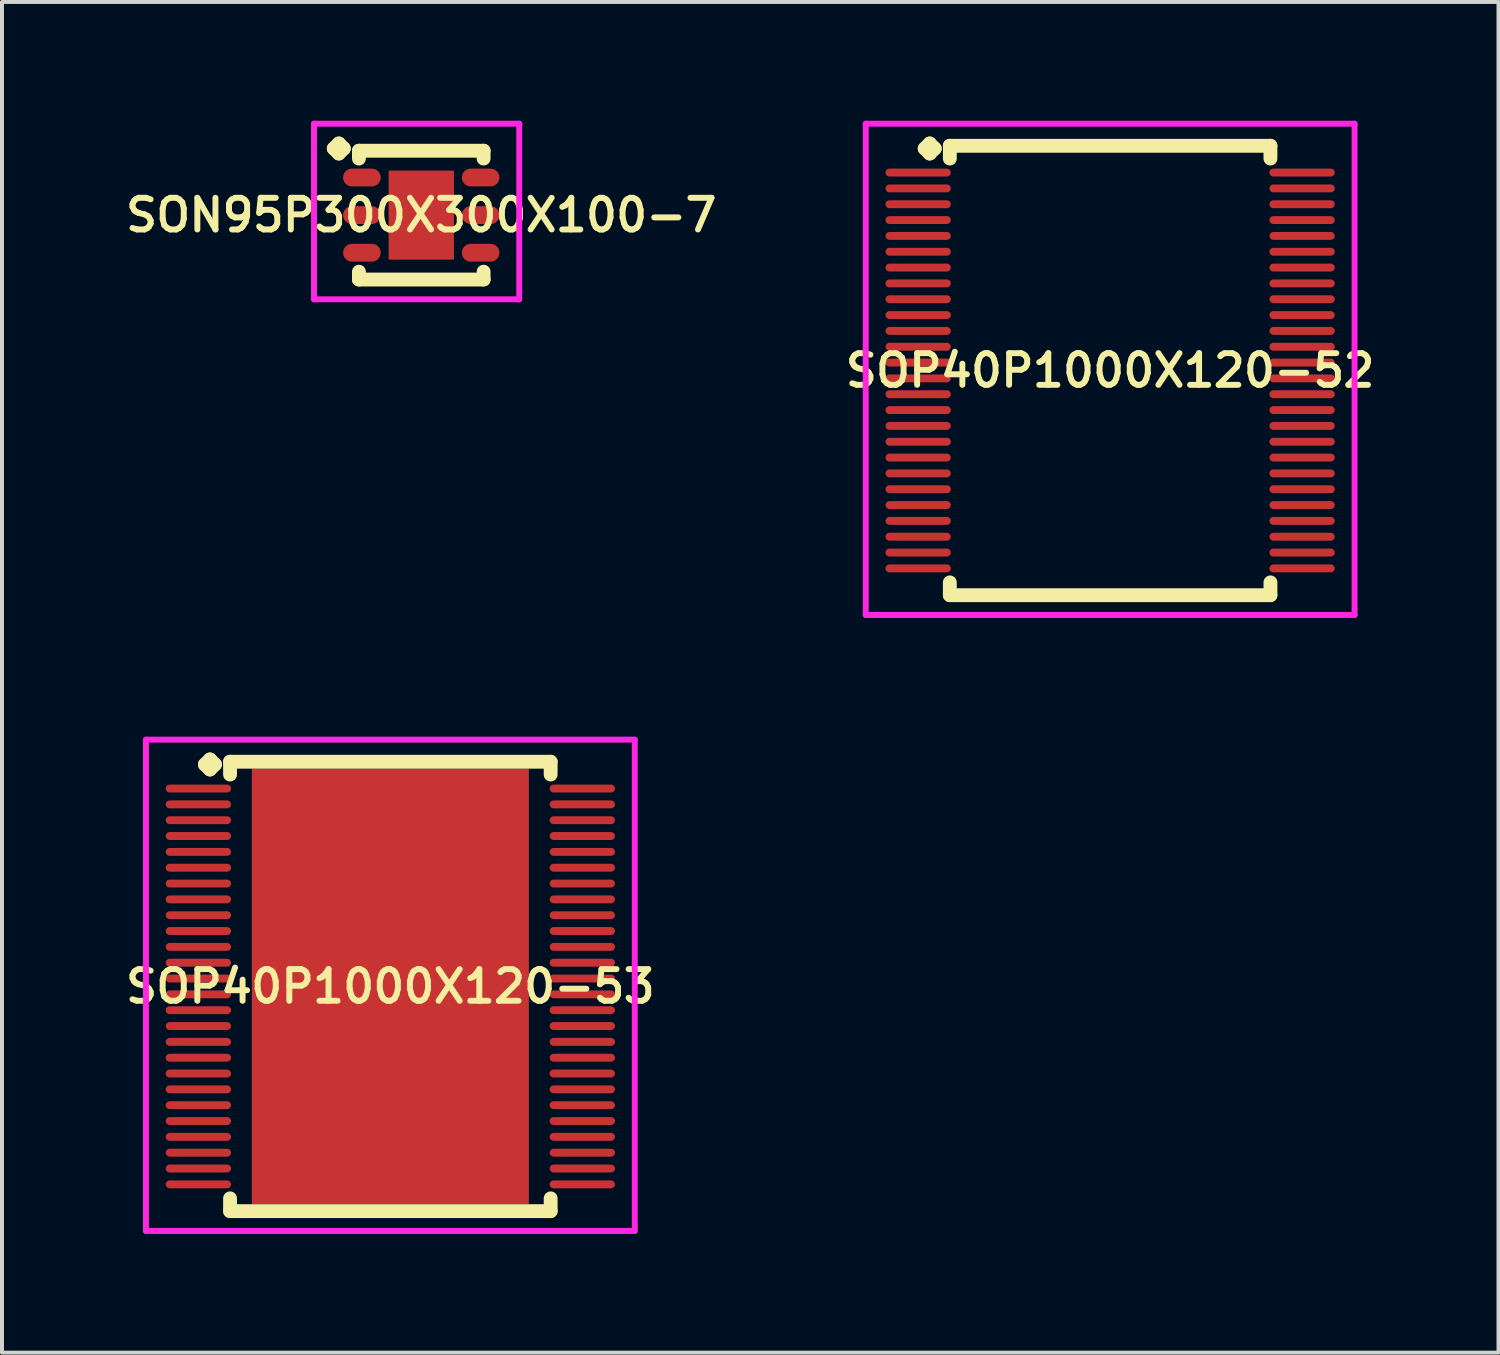
<source format=kicad_pcb>
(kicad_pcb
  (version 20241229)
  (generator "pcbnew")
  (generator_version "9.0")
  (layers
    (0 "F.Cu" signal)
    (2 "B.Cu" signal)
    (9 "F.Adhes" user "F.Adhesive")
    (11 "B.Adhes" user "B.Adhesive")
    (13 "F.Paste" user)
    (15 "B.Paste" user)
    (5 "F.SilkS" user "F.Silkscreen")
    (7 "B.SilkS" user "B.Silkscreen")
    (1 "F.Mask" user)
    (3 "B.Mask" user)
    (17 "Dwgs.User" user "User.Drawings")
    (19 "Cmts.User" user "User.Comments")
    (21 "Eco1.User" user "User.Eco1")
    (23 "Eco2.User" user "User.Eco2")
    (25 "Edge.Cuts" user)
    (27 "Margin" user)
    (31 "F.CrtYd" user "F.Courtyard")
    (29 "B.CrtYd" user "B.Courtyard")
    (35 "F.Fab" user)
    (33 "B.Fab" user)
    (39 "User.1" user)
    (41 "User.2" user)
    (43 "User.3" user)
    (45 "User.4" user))
  (footprint "SOP40P1000X120-53"
    (layer "F.Cu")
    (at 6.812 21.872)
    (property "Reference" "SOP40P1000X120-53" (at 0 0 0) (layer "F.SilkS") (effects (font (size 0.8 0.8) (thickness 0.15))))
    (attr smd)
    (fp_line (start -4.685 -5.608) (end -4.558 -5.735) (stroke (width 0.35) (type solid)) (layer "F.SilkS"))
    (fp_line (start -4.558 -5.735) (end -4.431 -5.608) (stroke (width 0.35) (type solid)) (layer "F.SilkS"))
    (fp_line (start -4.558 -5.481) (end -4.685 -5.608) (stroke (width 0.35) (type solid)) (layer "F.SilkS"))
    (fp_line (start -4.431 -5.608) (end -4.558 -5.481) (stroke (width 0.35) (type solid)) (layer "F.SilkS"))
    (fp_line (start -4.05 -5.677) (end 4.05 -5.677) (stroke (width 0.35) (type solid)) (layer "F.SilkS"))
    (fp_line (start -4.05 -5.354) (end -4.05 -5.677) (stroke (width 0.35) (type solid)) (layer "F.SilkS"))
    (fp_line (start -4.05 5.354) (end -4.05 5.677) (stroke (width 0.35) (type solid)) (layer "F.SilkS"))
    (fp_line (start -4.05 5.677) (end 4.05 5.677) (stroke (width 0.35) (type solid)) (layer "F.SilkS"))
    (fp_line (start 4.05 -5.677) (end 4.05 -5.354) (stroke (width 0.35) (type solid)) (layer "F.SilkS"))
    (fp_line (start 4.05 5.677) (end 4.05 5.354) (stroke (width 0.35) (type solid)) (layer "F.SilkS"))
    (fp_line (start -6.175 -6.235) (end 6.175 -6.235) (stroke (width 0.15) (type solid)) (layer "F.CrtYd"))
    (fp_line (start -6.175 6.177) (end -6.175 -6.235) (stroke (width 0.15) (type solid)) (layer "F.CrtYd"))
    (fp_line (start 6.175 -6.235) (end 6.175 6.177) (stroke (width 0.15) (type solid)) (layer "F.CrtYd"))
    (fp_line (start 6.175 6.177) (end -6.175 6.177) (stroke (width 0.15) (type solid)) (layer "F.CrtYd"))
    (pad "1" smd oval (at -4.85 -5) (size 1.65 0.2) (layers "F.Cu" "F.Mask" "F.Paste"))
    (pad "2" smd oval (at -4.85 -4.6) (size 1.65 0.2) (layers "F.Cu" "F.Mask" "F.Paste"))
    (pad "3" smd oval (at -4.85 -4.2) (size 1.65 0.2) (layers "F.Cu" "F.Mask" "F.Paste"))
    (pad "4" smd oval (at -4.85 -3.8) (size 1.65 0.2) (layers "F.Cu" "F.Mask" "F.Paste"))
    (pad "5" smd oval (at -4.85 -3.4) (size 1.65 0.2) (layers "F.Cu" "F.Mask" "F.Paste"))
    (pad "6" smd oval (at -4.85 -3) (size 1.65 0.2) (layers "F.Cu" "F.Mask" "F.Paste"))
    (pad "7" smd oval (at -4.85 -2.6) (size 1.65 0.2) (layers "F.Cu" "F.Mask" "F.Paste"))
    (pad "8" smd oval (at -4.85 -2.2) (size 1.65 0.2) (layers "F.Cu" "F.Mask" "F.Paste"))
    (pad "9" smd oval (at -4.85 -1.8) (size 1.65 0.2) (layers "F.Cu" "F.Mask" "F.Paste"))
    (pad "10" smd oval (at -4.85 -1.4) (size 1.65 0.2) (layers "F.Cu" "F.Mask" "F.Paste"))
    (pad "11" smd oval (at -4.85 -1) (size 1.65 0.2) (layers "F.Cu" "F.Mask" "F.Paste"))
    (pad "12" smd oval (at -4.85 -0.6) (size 1.65 0.2) (layers "F.Cu" "F.Mask" "F.Paste"))
    (pad "13" smd oval (at -4.85 -0.2) (size 1.65 0.2) (layers "F.Cu" "F.Mask" "F.Paste"))
    (pad "14" smd oval (at -4.85 0.2) (size 1.65 0.2) (layers "F.Cu" "F.Mask" "F.Paste"))
    (pad "15" smd oval (at -4.85 0.6) (size 1.65 0.2) (layers "F.Cu" "F.Mask" "F.Paste"))
    (pad "16" smd oval (at -4.85 1) (size 1.65 0.2) (layers "F.Cu" "F.Mask" "F.Paste"))
    (pad "17" smd oval (at -4.85 1.4) (size 1.65 0.2) (layers "F.Cu" "F.Mask" "F.Paste"))
    (pad "18" smd oval (at -4.85 1.8) (size 1.65 0.2) (layers "F.Cu" "F.Mask" "F.Paste"))
    (pad "19" smd oval (at -4.85 2.2) (size 1.65 0.2) (layers "F.Cu" "F.Mask" "F.Paste"))
    (pad "20" smd oval (at -4.85 2.6) (size 1.65 0.2) (layers "F.Cu" "F.Mask" "F.Paste"))
    (pad "21" smd oval (at -4.85 3) (size 1.65 0.2) (layers "F.Cu" "F.Mask" "F.Paste"))
    (pad "22" smd oval (at -4.85 3.4) (size 1.65 0.2) (layers "F.Cu" "F.Mask" "F.Paste"))
    (pad "23" smd oval (at -4.85 3.8) (size 1.65 0.2) (layers "F.Cu" "F.Mask" "F.Paste"))
    (pad "24" smd oval (at -4.85 4.2) (size 1.65 0.2) (layers "F.Cu" "F.Mask" "F.Paste"))
    (pad "25" smd oval (at -4.85 4.6) (size 1.65 0.2) (layers "F.Cu" "F.Mask" "F.Paste"))
    (pad "26" smd oval (at -4.85 5) (size 1.65 0.2) (layers "F.Cu" "F.Mask" "F.Paste"))
    (pad "27" smd oval (at 4.85 5) (size 1.65 0.2) (layers "F.Cu" "F.Mask" "F.Paste"))
    (pad "28" smd oval (at 4.85 4.6) (size 1.65 0.2) (layers "F.Cu" "F.Mask" "F.Paste"))
    (pad "29" smd oval (at 4.85 4.2) (size 1.65 0.2) (layers "F.Cu" "F.Mask" "F.Paste"))
    (pad "30" smd oval (at 4.85 3.8) (size 1.65 0.2) (layers "F.Cu" "F.Mask" "F.Paste"))
    (pad "31" smd oval (at 4.85 3.4) (size 1.65 0.2) (layers "F.Cu" "F.Mask" "F.Paste"))
    (pad "32" smd oval (at 4.85 3) (size 1.65 0.2) (layers "F.Cu" "F.Mask" "F.Paste"))
    (pad "33" smd oval (at 4.85 2.6) (size 1.65 0.2) (layers "F.Cu" "F.Mask" "F.Paste"))
    (pad "34" smd oval (at 4.85 2.2) (size 1.65 0.2) (layers "F.Cu" "F.Mask" "F.Paste"))
    (pad "35" smd oval (at 4.85 1.8) (size 1.65 0.2) (layers "F.Cu" "F.Mask" "F.Paste"))
    (pad "36" smd oval (at 4.85 1.4) (size 1.65 0.2) (layers "F.Cu" "F.Mask" "F.Paste"))
    (pad "37" smd oval (at 4.85 1) (size 1.65 0.2) (layers "F.Cu" "F.Mask" "F.Paste"))
    (pad "38" smd oval (at 4.85 0.6) (size 1.65 0.2) (layers "F.Cu" "F.Mask" "F.Paste"))
    (pad "39" smd oval (at 4.85 0.2) (size 1.65 0.2) (layers "F.Cu" "F.Mask" "F.Paste"))
    (pad "40" smd oval (at 4.85 -0.2) (size 1.65 0.2) (layers "F.Cu" "F.Mask" "F.Paste"))
    (pad "41" smd oval (at 4.85 -0.6) (size 1.65 0.2) (layers "F.Cu" "F.Mask" "F.Paste"))
    (pad "42" smd oval (at 4.85 -1) (size 1.65 0.2) (layers "F.Cu" "F.Mask" "F.Paste"))
    (pad "43" smd oval (at 4.85 -1.4) (size 1.65 0.2) (layers "F.Cu" "F.Mask" "F.Paste"))
    (pad "44" smd oval (at 4.85 -1.8) (size 1.65 0.2) (layers "F.Cu" "F.Mask" "F.Paste"))
    (pad "45" smd oval (at 4.85 -2.2) (size 1.65 0.2) (layers "F.Cu" "F.Mask" "F.Paste"))
    (pad "46" smd oval (at 4.85 -2.6) (size 1.65 0.2) (layers "F.Cu" "F.Mask" "F.Paste"))
    (pad "47" smd oval (at 4.85 -3) (size 1.65 0.2) (layers "F.Cu" "F.Mask" "F.Paste"))
    (pad "48" smd oval (at 4.85 -3.4) (size 1.65 0.2) (layers "F.Cu" "F.Mask" "F.Paste"))
    (pad "49" smd oval (at 4.85 -3.8) (size 1.65 0.2) (layers "F.Cu" "F.Mask" "F.Paste"))
    (pad "50" smd oval (at 4.85 -4.2) (size 1.65 0.2) (layers "F.Cu" "F.Mask" "F.Paste"))
    (pad "51" smd oval (at 4.85 -4.6) (size 1.65 0.2) (layers "F.Cu" "F.Mask" "F.Paste"))
    (pad "52" smd oval (at 4.85 -5) (size 1.65 0.2) (layers "F.Cu" "F.Mask" "F.Paste"))
    (pad "53" smd rect (at 0 0) (size 7 11) (layers "F.Cu" "F.Mask" "F.Paste")))
  (footprint "SOP40P1000X120-52"
    (layer "F.Cu")
    (at 24.997 6.31)
    (property "Reference" "SOP40P1000X120-52" (at 0 0 0) (layer "F.SilkS") (effects (font (size 0.8 0.8) (thickness 0.15))))
    (attr smd)
    (fp_line (start -4.685 -5.608) (end -4.558 -5.735) (stroke (width 0.35) (type solid)) (layer "F.SilkS"))
    (fp_line (start -4.558 -5.735) (end -4.431 -5.608) (stroke (width 0.35) (type solid)) (layer "F.SilkS"))
    (fp_line (start -4.558 -5.481) (end -4.685 -5.608) (stroke (width 0.35) (type solid)) (layer "F.SilkS"))
    (fp_line (start -4.431 -5.608) (end -4.558 -5.481) (stroke (width 0.35) (type solid)) (layer "F.SilkS"))
    (fp_line (start -4.05 -5.677) (end 4.05 -5.677) (stroke (width 0.35) (type solid)) (layer "F.SilkS"))
    (fp_line (start -4.05 -5.354) (end -4.05 -5.677) (stroke (width 0.35) (type solid)) (layer "F.SilkS"))
    (fp_line (start -4.05 5.354) (end -4.05 5.677) (stroke (width 0.35) (type solid)) (layer "F.SilkS"))
    (fp_line (start -4.05 5.677) (end 4.05 5.677) (stroke (width 0.35) (type solid)) (layer "F.SilkS"))
    (fp_line (start 4.05 -5.677) (end 4.05 -5.354) (stroke (width 0.35) (type solid)) (layer "F.SilkS"))
    (fp_line (start 4.05 5.677) (end 4.05 5.354) (stroke (width 0.35) (type solid)) (layer "F.SilkS"))
    (fp_line (start -6.175 -6.235) (end 6.175 -6.235) (stroke (width 0.15) (type solid)) (layer "F.CrtYd"))
    (fp_line (start -6.175 6.177) (end -6.175 -6.235) (stroke (width 0.15) (type solid)) (layer "F.CrtYd"))
    (fp_line (start 6.175 -6.235) (end 6.175 6.177) (stroke (width 0.15) (type solid)) (layer "F.CrtYd"))
    (fp_line (start 6.175 6.177) (end -6.175 6.177) (stroke (width 0.15) (type solid)) (layer "F.CrtYd"))
    (pad "1" smd oval (at -4.85 -5) (size 1.65 0.2) (layers "F.Cu" "F.Mask" "F.Paste"))
    (pad "2" smd oval (at -4.85 -4.6) (size 1.65 0.2) (layers "F.Cu" "F.Mask" "F.Paste"))
    (pad "3" smd oval (at -4.85 -4.2) (size 1.65 0.2) (layers "F.Cu" "F.Mask" "F.Paste"))
    (pad "4" smd oval (at -4.85 -3.8) (size 1.65 0.2) (layers "F.Cu" "F.Mask" "F.Paste"))
    (pad "5" smd oval (at -4.85 -3.4) (size 1.65 0.2) (layers "F.Cu" "F.Mask" "F.Paste"))
    (pad "6" smd oval (at -4.85 -3) (size 1.65 0.2) (layers "F.Cu" "F.Mask" "F.Paste"))
    (pad "7" smd oval (at -4.85 -2.6) (size 1.65 0.2) (layers "F.Cu" "F.Mask" "F.Paste"))
    (pad "8" smd oval (at -4.85 -2.2) (size 1.65 0.2) (layers "F.Cu" "F.Mask" "F.Paste"))
    (pad "9" smd oval (at -4.85 -1.8) (size 1.65 0.2) (layers "F.Cu" "F.Mask" "F.Paste"))
    (pad "10" smd oval (at -4.85 -1.4) (size 1.65 0.2) (layers "F.Cu" "F.Mask" "F.Paste"))
    (pad "11" smd oval (at -4.85 -1) (size 1.65 0.2) (layers "F.Cu" "F.Mask" "F.Paste"))
    (pad "12" smd oval (at -4.85 -0.6) (size 1.65 0.2) (layers "F.Cu" "F.Mask" "F.Paste"))
    (pad "13" smd oval (at -4.85 -0.2) (size 1.65 0.2) (layers "F.Cu" "F.Mask" "F.Paste"))
    (pad "14" smd oval (at -4.85 0.2) (size 1.65 0.2) (layers "F.Cu" "F.Mask" "F.Paste"))
    (pad "15" smd oval (at -4.85 0.6) (size 1.65 0.2) (layers "F.Cu" "F.Mask" "F.Paste"))
    (pad "16" smd oval (at -4.85 1) (size 1.65 0.2) (layers "F.Cu" "F.Mask" "F.Paste"))
    (pad "17" smd oval (at -4.85 1.4) (size 1.65 0.2) (layers "F.Cu" "F.Mask" "F.Paste"))
    (pad "18" smd oval (at -4.85 1.8) (size 1.65 0.2) (layers "F.Cu" "F.Mask" "F.Paste"))
    (pad "19" smd oval (at -4.85 2.2) (size 1.65 0.2) (layers "F.Cu" "F.Mask" "F.Paste"))
    (pad "20" smd oval (at -4.85 2.6) (size 1.65 0.2) (layers "F.Cu" "F.Mask" "F.Paste"))
    (pad "21" smd oval (at -4.85 3) (size 1.65 0.2) (layers "F.Cu" "F.Mask" "F.Paste"))
    (pad "22" smd oval (at -4.85 3.4) (size 1.65 0.2) (layers "F.Cu" "F.Mask" "F.Paste"))
    (pad "23" smd oval (at -4.85 3.8) (size 1.65 0.2) (layers "F.Cu" "F.Mask" "F.Paste"))
    (pad "24" smd oval (at -4.85 4.2) (size 1.65 0.2) (layers "F.Cu" "F.Mask" "F.Paste"))
    (pad "25" smd oval (at -4.85 4.6) (size 1.65 0.2) (layers "F.Cu" "F.Mask" "F.Paste"))
    (pad "26" smd oval (at -4.85 5) (size 1.65 0.2) (layers "F.Cu" "F.Mask" "F.Paste"))
    (pad "27" smd oval (at 4.85 5) (size 1.65 0.2) (layers "F.Cu" "F.Mask" "F.Paste"))
    (pad "28" smd oval (at 4.85 4.6) (size 1.65 0.2) (layers "F.Cu" "F.Mask" "F.Paste"))
    (pad "29" smd oval (at 4.85 4.2) (size 1.65 0.2) (layers "F.Cu" "F.Mask" "F.Paste"))
    (pad "30" smd oval (at 4.85 3.8) (size 1.65 0.2) (layers "F.Cu" "F.Mask" "F.Paste"))
    (pad "31" smd oval (at 4.85 3.4) (size 1.65 0.2) (layers "F.Cu" "F.Mask" "F.Paste"))
    (pad "32" smd oval (at 4.85 3) (size 1.65 0.2) (layers "F.Cu" "F.Mask" "F.Paste"))
    (pad "33" smd oval (at 4.85 2.6) (size 1.65 0.2) (layers "F.Cu" "F.Mask" "F.Paste"))
    (pad "34" smd oval (at 4.85 2.2) (size 1.65 0.2) (layers "F.Cu" "F.Mask" "F.Paste"))
    (pad "35" smd oval (at 4.85 1.8) (size 1.65 0.2) (layers "F.Cu" "F.Mask" "F.Paste"))
    (pad "36" smd oval (at 4.85 1.4) (size 1.65 0.2) (layers "F.Cu" "F.Mask" "F.Paste"))
    (pad "37" smd oval (at 4.85 1) (size 1.65 0.2) (layers "F.Cu" "F.Mask" "F.Paste"))
    (pad "38" smd oval (at 4.85 0.6) (size 1.65 0.2) (layers "F.Cu" "F.Mask" "F.Paste"))
    (pad "39" smd oval (at 4.85 0.2) (size 1.65 0.2) (layers "F.Cu" "F.Mask" "F.Paste"))
    (pad "40" smd oval (at 4.85 -0.2) (size 1.65 0.2) (layers "F.Cu" "F.Mask" "F.Paste"))
    (pad "41" smd oval (at 4.85 -0.6) (size 1.65 0.2) (layers "F.Cu" "F.Mask" "F.Paste"))
    (pad "42" smd oval (at 4.85 -1) (size 1.65 0.2) (layers "F.Cu" "F.Mask" "F.Paste"))
    (pad "43" smd oval (at 4.85 -1.4) (size 1.65 0.2) (layers "F.Cu" "F.Mask" "F.Paste"))
    (pad "44" smd oval (at 4.85 -1.8) (size 1.65 0.2) (layers "F.Cu" "F.Mask" "F.Paste"))
    (pad "45" smd oval (at 4.85 -2.2) (size 1.65 0.2) (layers "F.Cu" "F.Mask" "F.Paste"))
    (pad "46" smd oval (at 4.85 -2.6) (size 1.65 0.2) (layers "F.Cu" "F.Mask" "F.Paste"))
    (pad "47" smd oval (at 4.85 -3) (size 1.65 0.2) (layers "F.Cu" "F.Mask" "F.Paste"))
    (pad "48" smd oval (at 4.85 -3.4) (size 1.65 0.2) (layers "F.Cu" "F.Mask" "F.Paste"))
    (pad "49" smd oval (at 4.85 -3.8) (size 1.65 0.2) (layers "F.Cu" "F.Mask" "F.Paste"))
    (pad "50" smd oval (at 4.85 -4.2) (size 1.65 0.2) (layers "F.Cu" "F.Mask" "F.Paste"))
    (pad "51" smd oval (at 4.85 -4.6) (size 1.65 0.2) (layers "F.Cu" "F.Mask" "F.Paste"))
    (pad "52" smd oval (at 4.85 -5) (size 1.65 0.2) (layers "F.Cu" "F.Mask" "F.Paste")))
  (footprint "SON95P300X300X100-7"
    (layer "F.Cu")
    (at 7.593 2.385)
    (property "Reference" "SON95P300X300X100-7" (at 0 0 0) (layer "F.SilkS") (effects (font (size 0.8 0.8) (thickness 0.15))))
    (attr smd)
    (fp_line (start -2.21 -1.683) (end -2.083 -1.81) (stroke (width 0.35) (type solid)) (layer "F.SilkS"))
    (fp_line (start -2.083 -1.81) (end -1.956 -1.683) (stroke (width 0.35) (type solid)) (layer "F.SilkS"))
    (fp_line (start -2.083 -1.556) (end -2.21 -1.683) (stroke (width 0.35) (type solid)) (layer "F.SilkS"))
    (fp_line (start -1.956 -1.683) (end -2.083 -1.556) (stroke (width 0.35) (type solid)) (layer "F.SilkS"))
    (fp_line (start -1.575 -1.627) (end 1.575 -1.627) (stroke (width 0.35) (type solid)) (layer "F.SilkS"))
    (fp_line (start -1.575 -1.429) (end -1.575 -1.627) (stroke (width 0.35) (type solid)) (layer "F.SilkS"))
    (fp_line (start -1.575 1.429) (end -1.575 1.627) (stroke (width 0.35) (type solid)) (layer "F.SilkS"))
    (fp_line (start -1.575 1.627) (end 1.575 1.627) (stroke (width 0.35) (type solid)) (layer "F.SilkS"))
    (fp_line (start 1.575 -1.627) (end 1.575 -1.429) (stroke (width 0.35) (type solid)) (layer "F.SilkS"))
    (fp_line (start 1.575 1.627) (end 1.575 1.429) (stroke (width 0.35) (type solid)) (layer "F.SilkS"))
    (fp_line (start -2.71 -2.31) (end 2.475 -2.31) (stroke (width 0.15) (type solid)) (layer "F.CrtYd"))
    (fp_line (start -2.71 2.127) (end -2.71 -2.31) (stroke (width 0.15) (type solid)) (layer "F.CrtYd"))
    (fp_line (start 2.475 -2.31) (end 2.475 2.127) (stroke (width 0.15) (type solid)) (layer "F.CrtYd"))
    (fp_line (start 2.475 2.127) (end -2.71 2.127) (stroke (width 0.15) (type solid)) (layer "F.CrtYd"))
    (pad "1" smd oval (at -1.5 -0.95) (size 0.95 0.45) (layers "F.Cu" "F.Mask" "F.Paste"))
    (pad "2" smd oval (at -1.5 0) (size 0.95 0.45) (layers "F.Cu" "F.Mask" "F.Paste"))
    (pad "3" smd oval (at -1.5 0.95) (size 0.95 0.45) (layers "F.Cu" "F.Mask" "F.Paste"))
    (pad "4" smd oval (at 1.5 0.95) (size 0.95 0.45) (layers "F.Cu" "F.Mask" "F.Paste"))
    (pad "5" smd oval (at 1.5 0) (size 0.95 0.45) (layers "F.Cu" "F.Mask" "F.Paste"))
    (pad "6" smd oval (at 1.5 -0.95) (size 0.95 0.45) (layers "F.Cu" "F.Mask" "F.Paste"))
    (pad "7" smd rect (at 0 0) (size 1.65 2.25) (layers "F.Cu" "F.Mask" "F.Paste")))
  (gr_rect
    (start -3 -3)
    (end 34.809 31.124)
    (stroke (width 0.1) (type default))
    (fill no)
    (layer "Edge.Cuts")))
</source>
